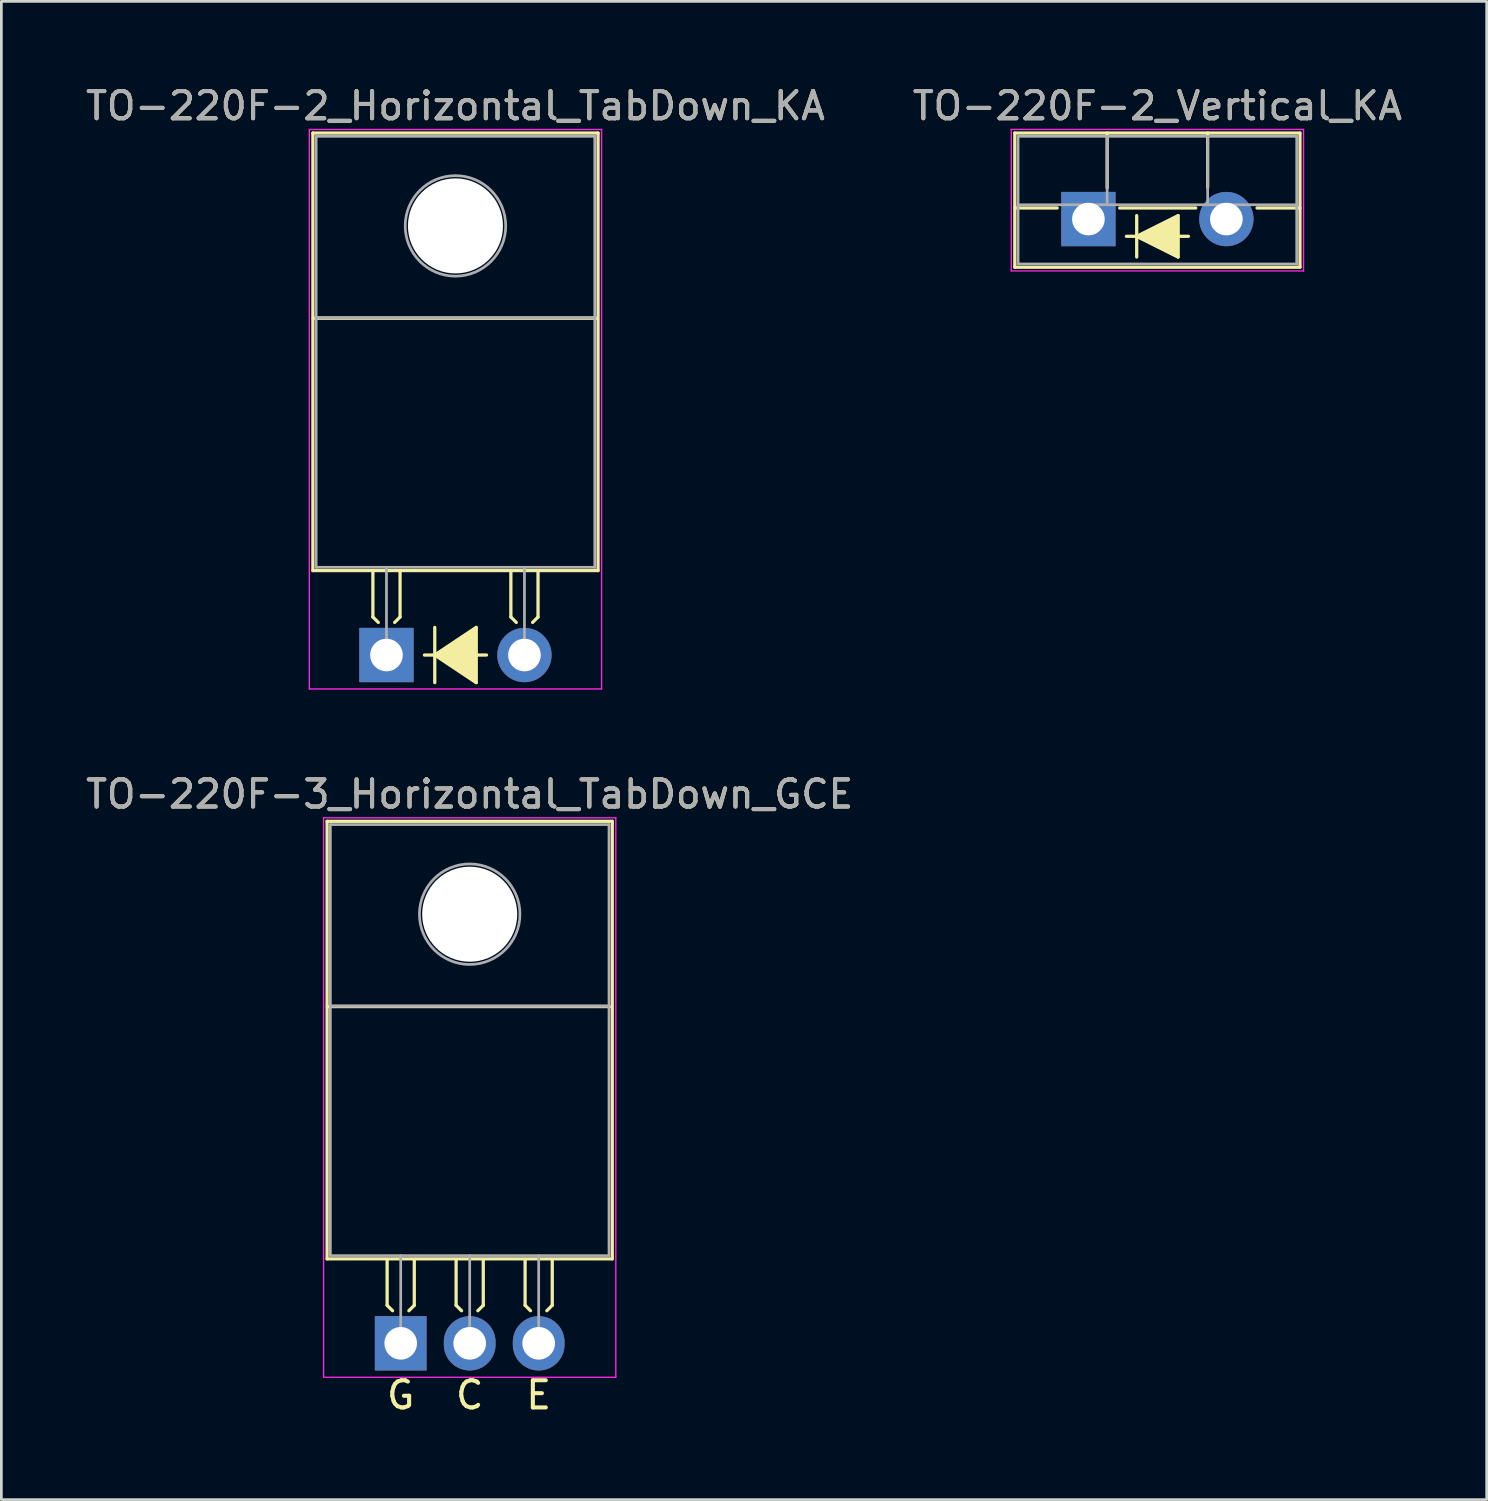
<source format=kicad_pcb>
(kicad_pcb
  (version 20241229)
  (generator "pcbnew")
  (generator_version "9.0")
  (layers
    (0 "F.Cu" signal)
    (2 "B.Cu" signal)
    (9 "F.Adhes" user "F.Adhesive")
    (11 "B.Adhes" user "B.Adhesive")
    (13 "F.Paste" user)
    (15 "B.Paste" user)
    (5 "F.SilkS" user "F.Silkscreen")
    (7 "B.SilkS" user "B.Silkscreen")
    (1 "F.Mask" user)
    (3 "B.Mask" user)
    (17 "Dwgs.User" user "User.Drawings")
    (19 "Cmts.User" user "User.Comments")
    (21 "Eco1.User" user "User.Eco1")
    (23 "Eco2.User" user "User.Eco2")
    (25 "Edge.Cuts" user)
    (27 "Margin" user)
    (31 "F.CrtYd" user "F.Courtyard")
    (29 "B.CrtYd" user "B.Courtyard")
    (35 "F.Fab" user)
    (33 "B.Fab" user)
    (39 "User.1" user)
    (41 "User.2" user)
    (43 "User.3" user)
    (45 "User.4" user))
  (footprint "TO-220F-2_Horizontal_TabDown_KA"
    (layer "F.Cu")
    (at 11.18 21.068)
    (property "Reference" "TO-220F-2_Horizontal_TabDown_KA" (at 2.54 -20.22 0) (layer "F.SilkS") (effects (font (size 1 1) (thickness 0.15))))
    (fp_line (start -2.71 -19.22) (end -2.71 -3.11) (stroke (width 0.12) (type solid)) (layer "F.SilkS"))
    (fp_line (start -2.71 -19.22) (end 7.79 -19.22) (stroke (width 0.12) (type solid)) (layer "F.SilkS"))
    (fp_line (start -2.71 -3.11) (end 7.79 -3.11) (stroke (width 0.12) (type solid)) (layer "F.SilkS"))
    (fp_line (start -2.7 -12.4) (end 7.75 -12.4) (stroke (width 0.12) (type solid)) (layer "F.SilkS"))
    (fp_line (start -0.5 -3.048) (end -0.5 -1.4) (stroke (width 0.12) (type solid)) (layer "F.SilkS"))
    (fp_line (start -0.5 -1.4) (end -0.3 -1.2) (stroke (width 0.12) (type solid)) (layer "F.SilkS"))
    (fp_line (start 0.5 -3.048) (end 0.5 -1.4) (stroke (width 0.12) (type solid)) (layer "F.SilkS"))
    (fp_line (start 0.5 -1.4) (end 0.3 -1.2) (stroke (width 0.12) (type solid)) (layer "F.SilkS"))
    (fp_line (start 1.397 0) (end 1.778 0) (stroke (width 0.12) (type solid)) (layer "F.SilkS"))
    (fp_line (start 1.778 0) (end 1.778 -1.016) (stroke (width 0.12) (type solid)) (layer "F.SilkS"))
    (fp_line (start 1.778 0) (end 1.778 1.016) (stroke (width 0.12) (type solid)) (layer "F.SilkS"))
    (fp_line (start 1.778 0) (end 3.302 1.016) (stroke (width 0.12) (type solid)) (layer "F.SilkS"))
    (fp_line (start 3.302 -1.016) (end 1.778 0) (stroke (width 0.12) (type solid)) (layer "F.SilkS"))
    (fp_line (start 3.302 0) (end 3.683 0) (stroke (width 0.12) (type solid)) (layer "F.SilkS"))
    (fp_line (start 3.302 1.016) (end 3.302 -1.016) (stroke (width 0.12) (type solid)) (layer "F.SilkS"))
    (fp_line (start 4.58 -3.048) (end 4.58 -1.4) (stroke (width 0.12) (type solid)) (layer "F.SilkS"))
    (fp_line (start 4.58 -1.4) (end 4.78 -1.2) (stroke (width 0.12) (type solid)) (layer "F.SilkS"))
    (fp_line (start 5.58 -3.048) (end 5.58 -1.4) (stroke (width 0.12) (type solid)) (layer "F.SilkS"))
    (fp_line (start 5.58 -1.4) (end 5.38 -1.2) (stroke (width 0.12) (type solid)) (layer "F.SilkS"))
    (fp_line (start 7.79 -19.22) (end 7.79 -3.11) (stroke (width 0.12) (type solid)) (layer "F.SilkS"))
    (fp_poly (pts (xy 3.3 1) (xy 1.8 0) (xy 3.3 -1)) (stroke (width 0.1) (type solid)) (fill yes) (layer "F.SilkS"))
    (fp_line (start -2.84 -19.35) (end -2.84 1.25) (stroke (width 0.05) (type solid)) (layer "F.CrtYd"))
    (fp_line (start -2.84 1.25) (end 7.92 1.25) (stroke (width 0.05) (type solid)) (layer "F.CrtYd"))
    (fp_line (start 7.92 -19.35) (end -2.84 -19.35) (stroke (width 0.05) (type solid)) (layer "F.CrtYd"))
    (fp_line (start 7.92 1.25) (end 7.92 -19.35) (stroke (width 0.05) (type solid)) (layer "F.CrtYd"))
    (fp_line (start -2.59 -19.1) (end 7.67 -19.1) (stroke (width 0.1) (type solid)) (layer "F.Fab"))
    (fp_line (start -2.59 -12.42) (end -2.59 -19.1) (stroke (width 0.1) (type solid)) (layer "F.Fab"))
    (fp_line (start -2.59 -12.42) (end 7.67 -12.42) (stroke (width 0.1) (type solid)) (layer "F.Fab"))
    (fp_line (start -2.59 -3.23) (end -2.59 -12.42) (stroke (width 0.1) (type solid)) (layer "F.Fab"))
    (fp_line (start 0 -3.23) (end 0 0) (stroke (width 0.1) (type solid)) (layer "F.Fab"))
    (fp_line (start 5.08 -3.23) (end 5.08 0) (stroke (width 0.1) (type solid)) (layer "F.Fab"))
    (fp_line (start 7.67 -19.1) (end 7.67 -12.42) (stroke (width 0.1) (type solid)) (layer "F.Fab"))
    (fp_line (start 7.67 -12.42) (end -2.59 -12.42) (stroke (width 0.1) (type solid)) (layer "F.Fab"))
    (fp_line (start 7.67 -12.42) (end 7.67 -3.23) (stroke (width 0.1) (type solid)) (layer "F.Fab"))
    (fp_line (start 7.67 -3.23) (end -2.59 -3.23) (stroke (width 0.1) (type solid)) (layer "F.Fab"))
    (fp_circle (center 2.54 -15.8) (end 4.39 -15.8) (stroke (width 0.1) (type solid)) (fill no) (layer "F.Fab"))
    (fp_text user "${REFERENCE}" (at 2.54 -20.22 0) (layer "F.Fab") (effects (font (size 1 1) (thickness 0.15))))
    (pad "" np_thru_hole oval (at 2.54 -15.8) (size 3.5 3.5) (drill 3.5) (layers "*.Cu" "*.Mask"))
    (pad "1" thru_hole rect (at 0 0) (size 2 2) (drill 1.2) (layers "*.Cu" "*.Mask"))
    (pad "2" thru_hole oval (at 5.08 0) (size 2 2) (drill 1.2) (layers "*.Cu" "*.Mask")))
  (footprint "TO-220F-3_Horizontal_TabDown_GCE"
    (layer "F.Cu")
    (at 11.704 46.411)
    (property "Reference" "TO-220F-3_Horizontal_TabDown_GCE" (at 2.54 -20.22 0) (layer "F.SilkS") (effects (font (size 1 1) (thickness 0.15))))
    (fp_line (start -2.71 -19.22) (end -2.71 -3.11) (stroke (width 0.12) (type solid)) (layer "F.SilkS"))
    (fp_line (start -2.71 -19.22) (end 7.79 -19.22) (stroke (width 0.12) (type solid)) (layer "F.SilkS"))
    (fp_line (start -2.71 -3.11) (end 7.79 -3.11) (stroke (width 0.12) (type solid)) (layer "F.SilkS"))
    (fp_line (start -2.7 -12.4) (end 7.75 -12.4) (stroke (width 0.12) (type solid)) (layer "F.SilkS"))
    (fp_line (start -0.5 -3.048) (end -0.5 -1.4) (stroke (width 0.12) (type solid)) (layer "F.SilkS"))
    (fp_line (start -0.5 -1.4) (end -0.3 -1.2) (stroke (width 0.12) (type solid)) (layer "F.SilkS"))
    (fp_line (start 0.5 -3.048) (end 0.5 -1.4) (stroke (width 0.12) (type solid)) (layer "F.SilkS"))
    (fp_line (start 0.5 -1.4) (end 0.3 -1.2) (stroke (width 0.12) (type solid)) (layer "F.SilkS"))
    (fp_line (start 2.04 -3.048) (end 2.04 -1.4) (stroke (width 0.12) (type solid)) (layer "F.SilkS"))
    (fp_line (start 2.04 -1.4) (end 2.24 -1.2) (stroke (width 0.12) (type solid)) (layer "F.SilkS"))
    (fp_line (start 3.04 -3.048) (end 3.04 -1.4) (stroke (width 0.12) (type solid)) (layer "F.SilkS"))
    (fp_line (start 3.04 -1.4) (end 2.84 -1.2) (stroke (width 0.12) (type solid)) (layer "F.SilkS"))
    (fp_line (start 4.58 -3.048) (end 4.58 -1.4) (stroke (width 0.12) (type solid)) (layer "F.SilkS"))
    (fp_line (start 4.58 -1.4) (end 4.78 -1.2) (stroke (width 0.12) (type solid)) (layer "F.SilkS"))
    (fp_line (start 5.58 -3.048) (end 5.58 -1.4) (stroke (width 0.12) (type solid)) (layer "F.SilkS"))
    (fp_line (start 5.58 -1.4) (end 5.38 -1.2) (stroke (width 0.12) (type solid)) (layer "F.SilkS"))
    (fp_line (start 7.79 -19.22) (end 7.79 -3.11) (stroke (width 0.12) (type solid)) (layer "F.SilkS"))
    (fp_line (start -2.84 -19.35) (end -2.84 1.25) (stroke (width 0.05) (type solid)) (layer "F.CrtYd"))
    (fp_line (start -2.84 1.25) (end 7.92 1.25) (stroke (width 0.05) (type solid)) (layer "F.CrtYd"))
    (fp_line (start 7.92 -19.35) (end -2.84 -19.35) (stroke (width 0.05) (type solid)) (layer "F.CrtYd"))
    (fp_line (start 7.92 1.25) (end 7.92 -19.35) (stroke (width 0.05) (type solid)) (layer "F.CrtYd"))
    (fp_line (start -2.59 -19.1) (end 7.67 -19.1) (stroke (width 0.1) (type solid)) (layer "F.Fab"))
    (fp_line (start -2.59 -12.42) (end -2.59 -19.1) (stroke (width 0.1) (type solid)) (layer "F.Fab"))
    (fp_line (start -2.59 -12.42) (end 7.67 -12.42) (stroke (width 0.1) (type solid)) (layer "F.Fab"))
    (fp_line (start -2.59 -3.23) (end -2.59 -12.42) (stroke (width 0.1) (type solid)) (layer "F.Fab"))
    (fp_line (start 0 -3.23) (end 0 0) (stroke (width 0.1) (type solid)) (layer "F.Fab"))
    (fp_line (start 2.54 -3.23) (end 2.54 0) (stroke (width 0.1) (type solid)) (layer "F.Fab"))
    (fp_line (start 5.08 -3.23) (end 5.08 0) (stroke (width 0.1) (type solid)) (layer "F.Fab"))
    (fp_line (start 7.67 -19.1) (end 7.67 -12.42) (stroke (width 0.1) (type solid)) (layer "F.Fab"))
    (fp_line (start 7.67 -12.42) (end -2.59 -12.42) (stroke (width 0.1) (type solid)) (layer "F.Fab"))
    (fp_line (start 7.67 -12.42) (end 7.67 -3.23) (stroke (width 0.1) (type solid)) (layer "F.Fab"))
    (fp_line (start 7.67 -3.23) (end -2.59 -3.23) (stroke (width 0.1) (type solid)) (layer "F.Fab"))
    (fp_circle (center 2.54 -15.8) (end 4.39 -15.8) (stroke (width 0.1) (type solid)) (fill no) (layer "F.Fab"))
    (fp_text user "E" (at 5.08 1.905 0) (unlocked yes) (layer "F.SilkS") (effects (font (size 1 1) (thickness 0.15))))
    (fp_text user "G" (at 0 1.905 0) (unlocked yes) (layer "F.SilkS") (effects (font (size 1 1) (thickness 0.15))))
    (fp_text user "C" (at 2.54 1.905 0) (unlocked yes) (layer "F.SilkS") (effects (font (size 1 1) (thickness 0.15))))
    (fp_text user "${REFERENCE}" (at 2.54 -20.22 0) (layer "F.Fab") (effects (font (size 1 1) (thickness 0.15))))
    (pad "" np_thru_hole oval (at 2.54 -15.8) (size 3.5 3.5) (drill 3.5) (layers "*.Cu" "*.Mask"))
    (pad "1" thru_hole rect (at 0 0) (size 1.905 2) (drill 1.2) (layers "*.Cu" "*.Mask"))
    (pad "2" thru_hole oval (at 2.54 0) (size 1.905 2) (drill 1.2) (layers "*.Cu" "*.Mask"))
    (pad "3" thru_hole oval (at 5.08 0) (size 1.905 2) (drill 1.2) (layers "*.Cu" "*.Mask")))
  (footprint "TO-220F-2_Vertical_KA"
    (layer "F.Cu")
    (at 37.025 5.016)
    (property "Reference" "TO-220F-2_Vertical_KA" (at 2.54 -4.168 0) (layer "F.SilkS") (effects (font (size 1 1) (thickness 0.15))))
    (attr through_hole)
    (fp_line (start -2.71 -3.168) (end -2.71 1.773) (stroke (width 0.12) (type solid)) (layer "F.SilkS"))
    (fp_line (start -2.71 -3.168) (end 7.79 -3.168) (stroke (width 0.12) (type solid)) (layer "F.SilkS"))
    (fp_line (start -2.71 -0.408) (end -1.15 -0.408) (stroke (width 0.12) (type solid)) (layer "F.SilkS"))
    (fp_line (start -2.71 1.773) (end 7.79 1.773) (stroke (width 0.12) (type solid)) (layer "F.SilkS"))
    (fp_line (start 0.69 -3.168) (end 0.69 -1.15) (stroke (width 0.12) (type solid)) (layer "F.SilkS"))
    (fp_line (start 1.15 -0.408) (end 3.952 -0.408) (stroke (width 0.12) (type solid)) (layer "F.SilkS"))
    (fp_line (start 1.397 0.635) (end 1.778 0.635) (stroke (width 0.12) (type solid)) (layer "F.SilkS"))
    (fp_line (start 1.778 0.635) (end 1.778 -0.127) (stroke (width 0.12) (type solid)) (layer "F.SilkS"))
    (fp_line (start 1.778 0.635) (end 1.778 1.397) (stroke (width 0.12) (type solid)) (layer "F.SilkS"))
    (fp_line (start 1.778 0.635) (end 3.302 1.397) (stroke (width 0.12) (type solid)) (layer "F.SilkS"))
    (fp_line (start 3.302 -0.127) (end 1.778 0.635) (stroke (width 0.12) (type solid)) (layer "F.SilkS"))
    (fp_line (start 3.302 0.635) (end 3.683 0.635) (stroke (width 0.12) (type solid)) (layer "F.SilkS"))
    (fp_line (start 3.302 1.397) (end 3.302 -0.127) (stroke (width 0.12) (type solid)) (layer "F.SilkS"))
    (fp_line (start 4.391 -3.168) (end 4.391 -1.165) (stroke (width 0.12) (type solid)) (layer "F.SilkS"))
    (fp_line (start 6.209 -0.408) (end 7.79 -0.408) (stroke (width 0.12) (type solid)) (layer "F.SilkS"))
    (fp_line (start 7.79 -3.168) (end 7.79 1.773) (stroke (width 0.12) (type solid)) (layer "F.SilkS"))
    (fp_poly (pts (xy 3.3 1.4) (xy 1.8 0.65) (xy 3.3 -0.1)) (stroke (width 0.1) (type solid)) (fill yes) (layer "F.SilkS"))
    (fp_line (start -2.84 -3.3) (end -2.84 1.91) (stroke (width 0.05) (type solid)) (layer "F.CrtYd"))
    (fp_line (start -2.84 1.91) (end 7.92 1.91) (stroke (width 0.05) (type solid)) (layer "F.CrtYd"))
    (fp_line (start 7.92 -3.3) (end -2.84 -3.3) (stroke (width 0.05) (type solid)) (layer "F.CrtYd"))
    (fp_line (start 7.92 1.91) (end 7.92 -3.3) (stroke (width 0.05) (type solid)) (layer "F.CrtYd"))
    (fp_line (start -2.59 -3.047) (end -2.59 1.653) (stroke (width 0.1) (type solid)) (layer "F.Fab"))
    (fp_line (start -2.59 -0.527) (end 7.67 -0.527) (stroke (width 0.1) (type solid)) (layer "F.Fab"))
    (fp_line (start -2.59 1.653) (end 7.67 1.653) (stroke (width 0.1) (type solid)) (layer "F.Fab"))
    (fp_line (start 0.69 -3.047) (end 0.69 -0.527) (stroke (width 0.1) (type solid)) (layer "F.Fab"))
    (fp_line (start 4.39 -3.047) (end 4.39 -0.527) (stroke (width 0.1) (type solid)) (layer "F.Fab"))
    (fp_line (start 7.67 -3.047) (end -2.59 -3.047) (stroke (width 0.1) (type solid)) (layer "F.Fab"))
    (fp_line (start 7.67 1.653) (end 7.67 -3.047) (stroke (width 0.1) (type solid)) (layer "F.Fab"))
    (fp_text user "${REFERENCE}" (at 2.54 -4.168 0) (layer "F.Fab") (effects (font (size 1 1) (thickness 0.15))))
    (pad "1" thru_hole rect (at 0 0) (size 2 2) (drill 1.2) (layers "*.Cu" "*.Mask"))
    (pad "2" thru_hole oval (at 5.08 0) (size 2 2) (drill 1.2) (layers "*.Cu" "*.Mask")))
  (gr_rect
    (start -3 -3)
    (end 51.69 52.165)
    (stroke (width 0.1) (type default))
    (fill no)
    (layer "Edge.Cuts")))
</source>
